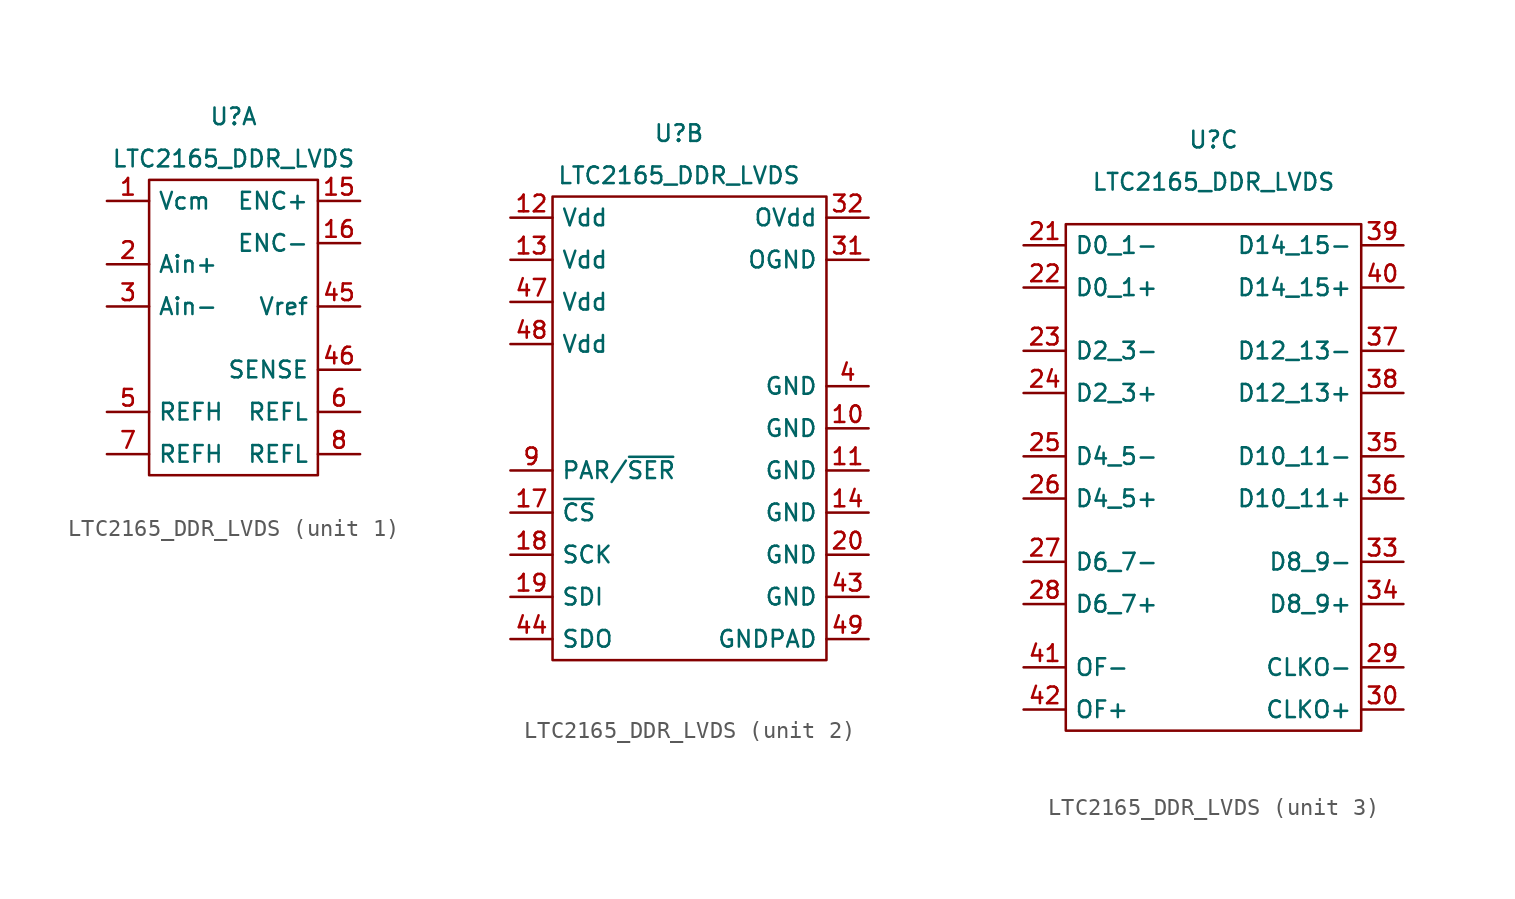
<source format=kicad_sym>
(kicad_symbol_lib
  (version 20220914)
  (generator kicad_symbol_editor)
  (symbol "LTC2165_DDR_LVDS"
    (property "Reference" "U"
      (at 0 10.16 0)
      (effects (font (size 1 1))))
    (property "Value" "LTC2165_DDR_LVDS"
      (at 0 7.62 0)
      (effects (font (size 1 1))))
    (property "ki_locked" ""
      (at 0 0 0)
      (effects (font (size 1.27 1.27))))
    (symbol "LTC2165_DDR_LVDS_1_1"
      (rectangle (start -5.08 6.35) (end 5.08 -11.43) (stroke (width 0) (type default)) (fill (type none)))
      (pin output line (at -7.62 5.08 0) (length 2.54) (name "Vcm" (effects (font (size 1 1)))) (number "1" (effects (font (size 1 1)))))
      (pin input line (at 7.62 5.08 180) (length 2.54) (name "ENC+" (effects (font (size 1 1)))) (number "15" (effects (font (size 1 1)))))
      (pin input line (at 7.62 2.54 180) (length 2.54) (name "ENC-" (effects (font (size 1 1)))) (number "16" (effects (font (size 1 1)))))
      (pin input line (at -7.62 1.27 0) (length 2.54) (name "Ain+" (effects (font (size 1 1)))) (number "2" (effects (font (size 1 1)))))
      (pin input line (at -7.62 -1.27 0) (length 2.54) (name "Ain-" (effects (font (size 1 1)))) (number "3" (effects (font (size 1 1)))))
      (pin output line (at 7.62 -1.27 180) (length 2.54) (name "Vref" (effects (font (size 1 1)))) (number "45" (effects (font (size 1 1)))))
      (pin input line (at 7.62 -5.08 180) (length 2.54) (name "SENSE" (effects (font (size 1 1)))) (number "46" (effects (font (size 1 1)))))
      (pin passive line (at -7.62 -7.62 0) (length 2.54) (name "REFH" (effects (font (size 1 1)))) (number "5" (effects (font (size 1 1)))))
      (pin passive line (at 7.62 -7.62 180) (length 2.54) (name "REFL" (effects (font (size 1 1)))) (number "6" (effects (font (size 1 1)))))
      (pin passive line (at -7.62 -10.16 0) (length 2.54) (name "REFH" (effects (font (size 1 1)))) (number "7" (effects (font (size 1 1)))))
      (pin passive line (at 7.62 -10.16 180) (length 2.54) (name "REFL" (effects (font (size 1 1)))) (number "8" (effects (font (size 1 1))))))
    (symbol "LTC2165_DDR_LVDS_2_1"
      (rectangle (start -7.62 6.35) (end 8.89 -21.59) (stroke (width 0) (type default)) (fill (type none)))
      (pin power_in line (at 11.43 -7.62 180) (length 2.54) (name "GND" (effects (font (size 1 1)))) (number "10" (effects (font (size 1 1)))))
      (pin power_in line (at 11.43 -10.16 180) (length 2.54) (name "GND" (effects (font (size 1 1)))) (number "11" (effects (font (size 1 1)))))
      (pin power_in line (at -10.16 5.08 0) (length 2.54) (name "Vdd" (effects (font (size 1 1)))) (number "12" (effects (font (size 1 1)))))
      (pin power_in line (at -10.16 2.54 0) (length 2.54) (name "Vdd" (effects (font (size 1 1)))) (number "13" (effects (font (size 1 1)))))
      (pin power_in line (at 11.43 -12.7 180) (length 2.54) (name "GND" (effects (font (size 1 1)))) (number "14" (effects (font (size 1 1)))))
      (pin input line (at -10.16 -12.7 0) (length 2.54) (name "~{CS}" (effects (font (size 1 1)))) (number "17" (effects (font (size 1 1)))))
      (pin input line (at -10.16 -15.24 0) (length 2.54) (name "SCK" (effects (font (size 1 1)))) (number "18" (effects (font (size 1 1)))))
      (pin input line (at -10.16 -17.78 0) (length 2.54) (name "SDI" (effects (font (size 1 1)))) (number "19" (effects (font (size 1 1)))))
      (pin power_in line (at 11.43 -15.24 180) (length 2.54) (name "GND" (effects (font (size 1 1)))) (number "20" (effects (font (size 1 1)))))
      (pin power_out line (at 11.43 2.54 180) (length 2.54) (name "OGND" (effects (font (size 1 1)))) (number "31" (effects (font (size 1 1)))))
      (pin power_out line (at 11.43 5.08 180) (length 2.54) (name "OVdd" (effects (font (size 1 1)))) (number "32" (effects (font (size 1 1)))))
      (pin power_in line (at 11.43 -5.08 180) (length 2.54) (name "GND" (effects (font (size 1 1)))) (number "4" (effects (font (size 1 1)))))
      (pin power_in line (at 11.43 -17.78 180) (length 2.54) (name "GND" (effects (font (size 1 1)))) (number "43" (effects (font (size 1 1)))))
      (pin output line (at -10.16 -20.32 0) (length 2.54) (name "SDO" (effects (font (size 1 1)))) (number "44" (effects (font (size 1 1)))))
      (pin power_in line (at -10.16 0 0) (length 2.54) (name "Vdd" (effects (font (size 1 1)))) (number "47" (effects (font (size 1 1)))))
      (pin power_in line (at -10.16 -2.54 0) (length 2.54) (name "Vdd" (effects (font (size 1 1)))) (number "48" (effects (font (size 1 1)))))
      (pin power_in line (at 11.43 -20.32 180) (length 2.54) (name "GNDPAD" (effects (font (size 1 1)))) (number "49" (effects (font (size 1 1)))))
      (pin input line (at -10.16 -10.16 0) (length 2.54) (name "PAR/~{SER}" (effects (font (size 1 1)))) (number "9" (effects (font (size 1 1))))))
    (symbol "LTC2165_DDR_LVDS_3_1"
      (rectangle (start -8.89 5.08) (end 8.89 -25.4) (stroke (width 0) (type default)) (fill (type none)))
      (pin output line (at -11.43 3.81 0) (length 2.54) (name "D0_1-" (effects (font (size 1 1)))) (number "21" (effects (font (size 1 1)))))
      (pin output line (at -11.43 1.27 0) (length 2.54) (name "D0_1+" (effects (font (size 1 1)))) (number "22" (effects (font (size 1 1)))))
      (pin output line (at -11.43 -2.54 0) (length 2.54) (name "D2_3-" (effects (font (size 1 1)))) (number "23" (effects (font (size 1 1)))))
      (pin output line (at -11.43 -5.08 0) (length 2.54) (name "D2_3+" (effects (font (size 1 1)))) (number "24" (effects (font (size 1 1)))))
      (pin output line (at -11.43 -8.89 0) (length 2.54) (name "D4_5-" (effects (font (size 1 1)))) (number "25" (effects (font (size 1 1)))))
      (pin output line (at -11.43 -11.43 0) (length 2.54) (name "D4_5+" (effects (font (size 1 1)))) (number "26" (effects (font (size 1 1)))))
      (pin output line (at -11.43 -15.24 0) (length 2.54) (name "D6_7-" (effects (font (size 1 1)))) (number "27" (effects (font (size 1 1)))))
      (pin output line (at -11.43 -17.78 0) (length 2.54) (name "D6_7+" (effects (font (size 1 1)))) (number "28" (effects (font (size 1 1)))))
      (pin output line (at 11.43 -21.59 180) (length 2.54) (name "CLKO-" (effects (font (size 1 1)))) (number "29" (effects (font (size 1 1)))))
      (pin output line (at 11.43 -24.13 180) (length 2.54) (name "CLKO+" (effects (font (size 1 1)))) (number "30" (effects (font (size 1 1)))))
      (pin output line (at 11.43 -15.24 180) (length 2.54) (name "D8_9-" (effects (font (size 1 1)))) (number "33" (effects (font (size 1 1)))))
      (pin output line (at 11.43 -17.78 180) (length 2.54) (name "D8_9+" (effects (font (size 1 1)))) (number "34" (effects (font (size 1 1)))))
      (pin output line (at 11.43 -8.89 180) (length 2.54) (name "D10_11-" (effects (font (size 1 1)))) (number "35" (effects (font (size 1 1)))))
      (pin output line (at 11.43 -11.43 180) (length 2.54) (name "D10_11+" (effects (font (size 1 1)))) (number "36" (effects (font (size 1 1)))))
      (pin output line (at 11.43 -2.54 180) (length 2.54) (name "D12_13-" (effects (font (size 1 1)))) (number "37" (effects (font (size 1 1)))))
      (pin output line (at 11.43 -5.08 180) (length 2.54) (name "D12_13+" (effects (font (size 1 1)))) (number "38" (effects (font (size 1 1)))))
      (pin output line (at 11.43 3.81 180) (length 2.54) (name "D14_15-" (effects (font (size 1 1)))) (number "39" (effects (font (size 1 1)))))
      (pin output line (at 11.43 1.27 180) (length 2.54) (name "D14_15+" (effects (font (size 1 1)))) (number "40" (effects (font (size 1 1)))))
      (pin output line (at -11.43 -21.59 0) (length 2.54) (name "OF-" (effects (font (size 1 1)))) (number "41" (effects (font (size 1 1)))))
      (pin output line (at -11.43 -24.13 0) (length 2.54) (name "OF+" (effects (font (size 1 1)))) (number "42" (effects (font (size 1 1))))))))
</source>
